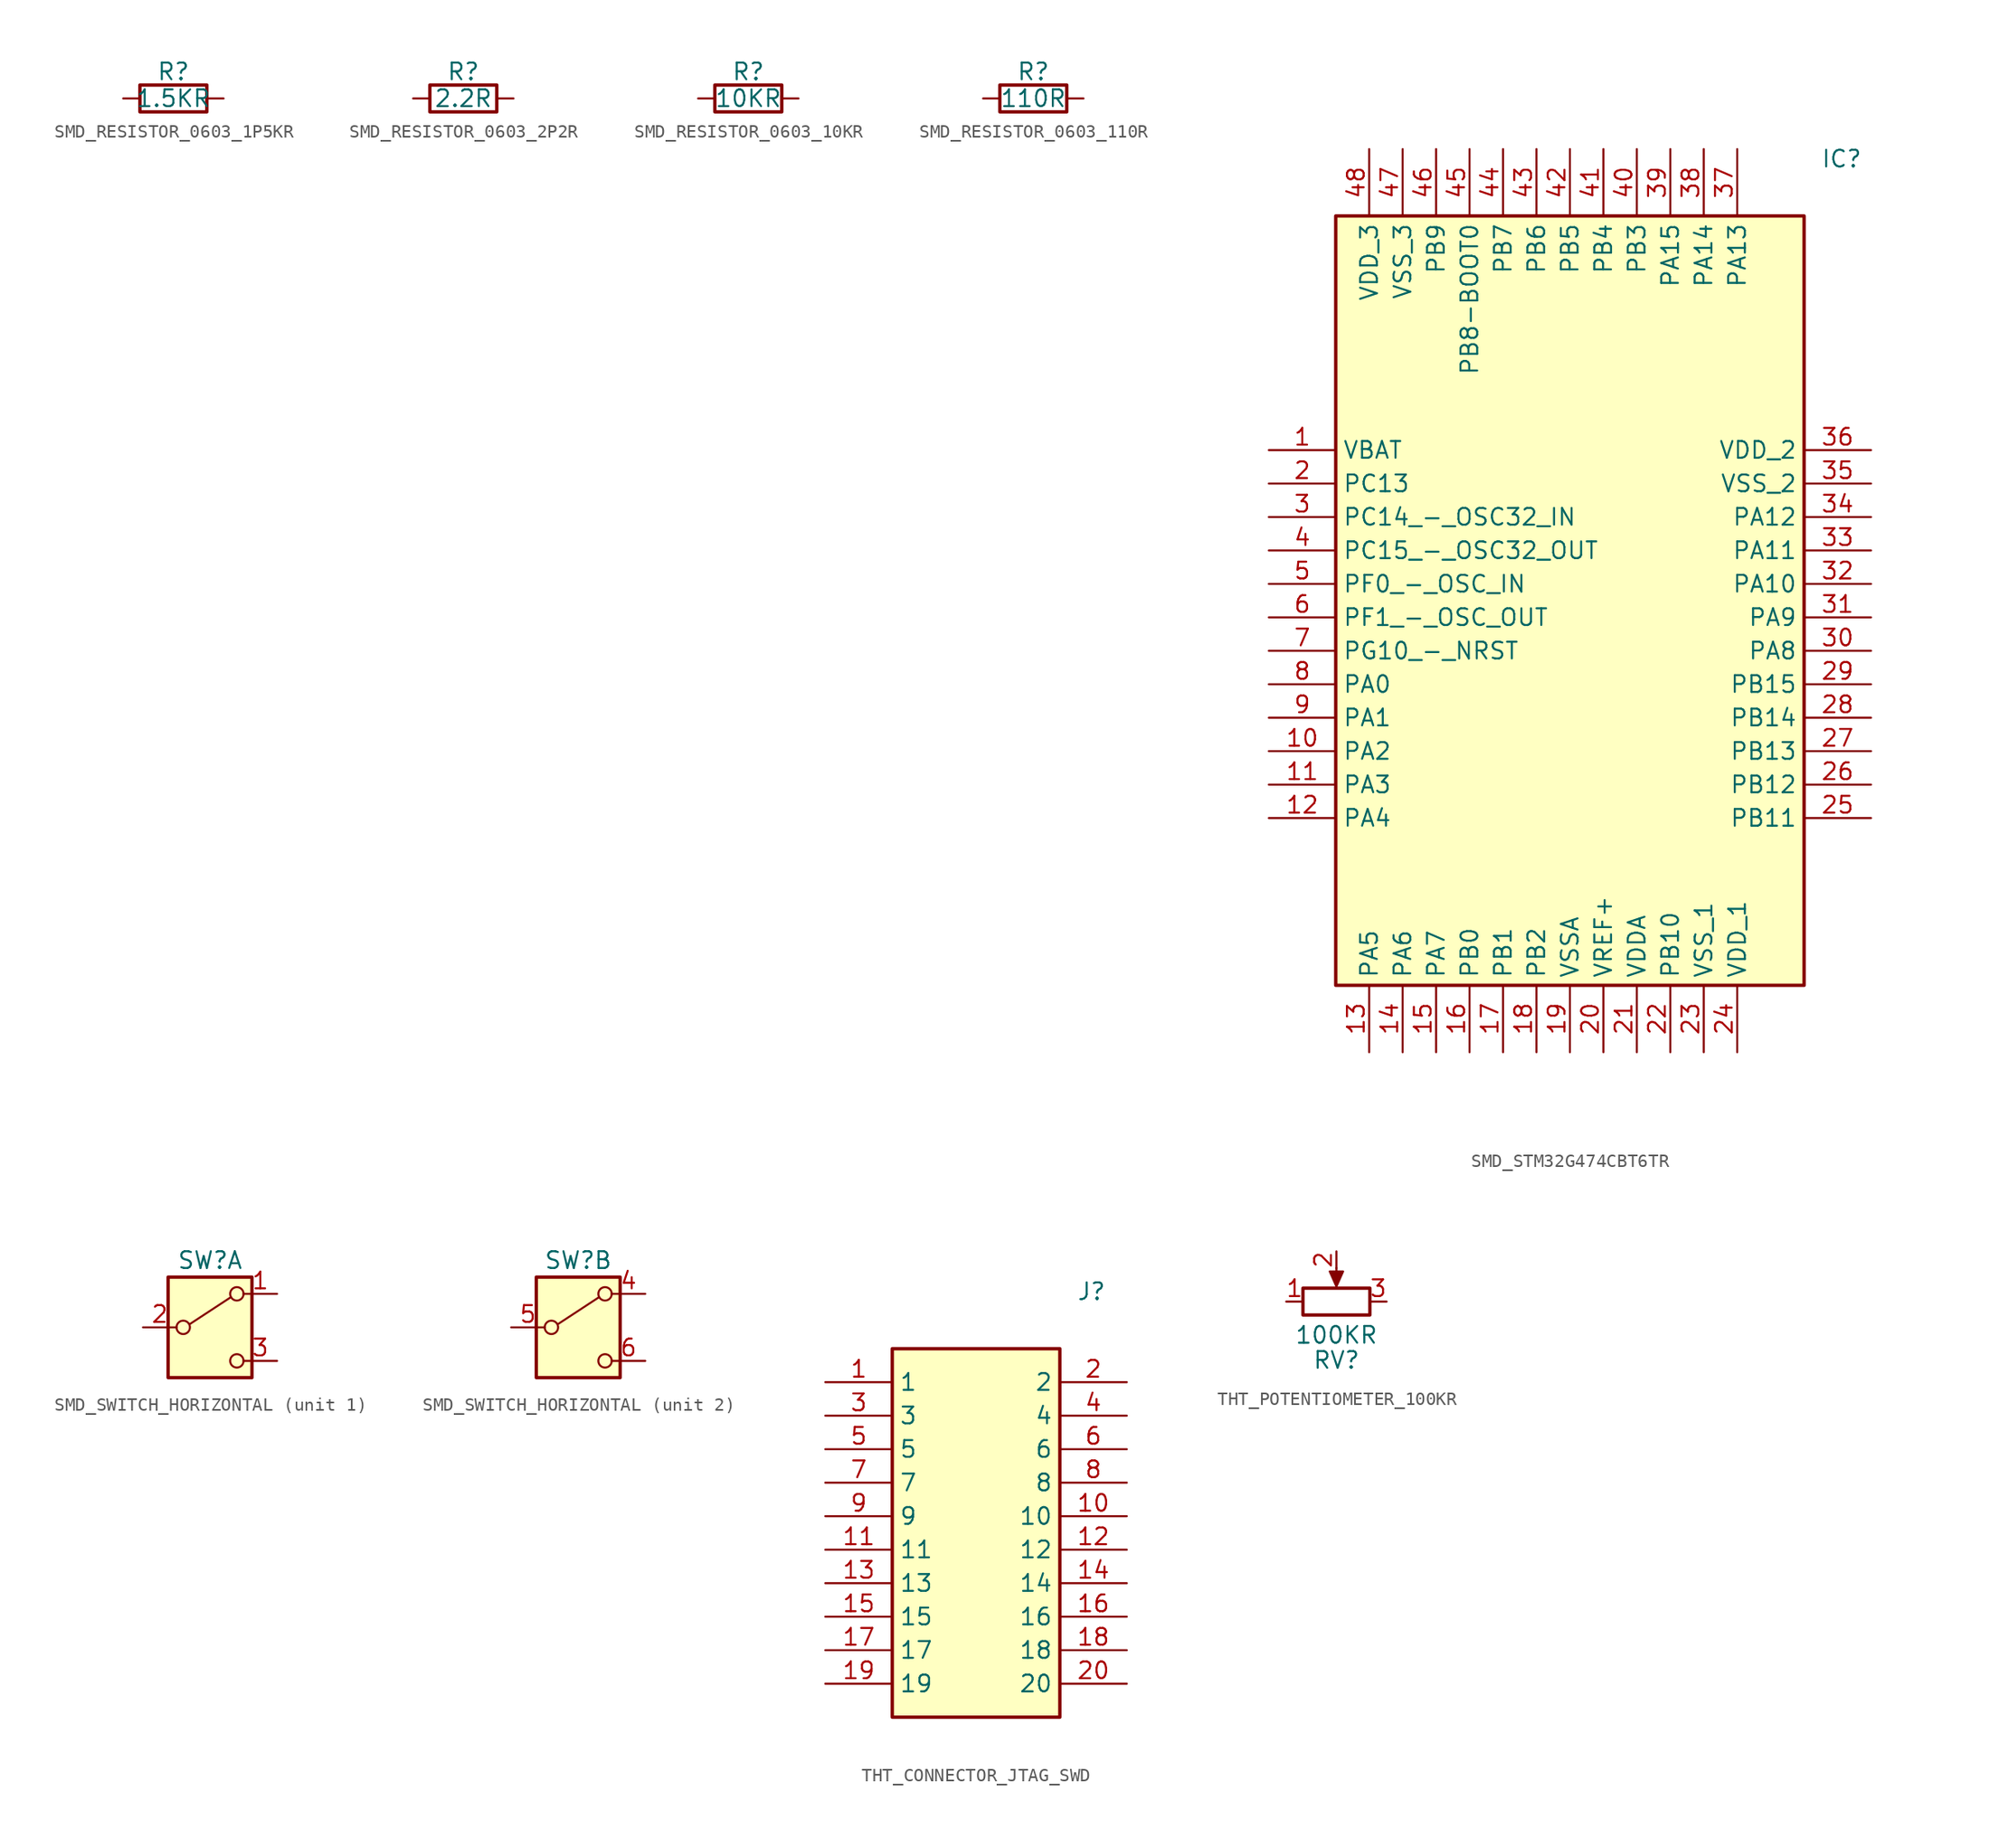
<source format=kicad_sym>
(kicad_symbol_lib
  (version 20241209)
  (generator "kicad_symbol_editor")
  (generator_version "9.0")
  (symbol "SMD_RESISTOR_0603_1P5KR"
    (pin_numbers
      (hide yes))
    (pin_names
      (offset 0))
    (property "Reference" "R"
      (at 0 2.032 0)
      (effects (font (size 1.27 1.27))))
    (property "Value" "1.5KR"
      (at 0 0 0)
      (effects (font (size 1.27 1.27))))
    (symbol "SMD_RESISTOR_0603_1P5KR_0_1"
      (rectangle (start 2.54 -1.016) (end -2.54 1.016) (stroke (width 0.254) (type default)) (fill (type none))))
    (symbol "SMD_RESISTOR_0603_1P5KR_1_1"
      (pin passive line (at -3.81 0 0) (length 1.27) (name "~" (effects (font (size 1.27 1.27)))) (number "1" (effects (font (size 1.27 1.27)))))
      (pin passive line (at 3.81 0 180) (length 1.27) (name "~" (effects (font (size 1.27 1.27)))) (number "2" (effects (font (size 1.27 1.27)))))))
  (symbol "SMD_RESISTOR_0603_2P2R"
    (pin_numbers
      (hide yes))
    (pin_names
      (offset 0))
    (property "Reference" "R"
      (at 0 2.032 0)
      (effects (font (size 1.27 1.27))))
    (property "Value" "2.2R"
      (at 0 0 0)
      (effects (font (size 1.27 1.27))))
    (symbol "SMD_RESISTOR_0603_2P2R_0_1"
      (rectangle (start -2.54 1.016) (end 2.54 -1.016) (stroke (width 0.254) (type default)) (fill (type none))))
    (symbol "SMD_RESISTOR_0603_2P2R_1_1"
      (pin passive line (at -3.81 0 0) (length 1.27) (name "~" (effects (font (size 1.27 1.27)))) (number "1" (effects (font (size 1.27 1.27)))))
      (pin passive line (at 3.81 0 180) (length 1.27) (name "~" (effects (font (size 1.27 1.27)))) (number "2" (effects (font (size 1.27 1.27)))))))
  (symbol "SMD_RESISTOR_0603_10KR"
    (pin_numbers
      (hide yes))
    (pin_names
      (offset 0))
    (property "Reference" "R"
      (at 0 2.032 0)
      (effects (font (size 1.27 1.27))))
    (property "Value" "10KR"
      (at 0 0 0)
      (effects (font (size 1.27 1.27))))
    (symbol "SMD_RESISTOR_0603_10KR_0_1"
      (rectangle (start 2.54 -1.016) (end -2.54 1.016) (stroke (width 0.254) (type default)) (fill (type none))))
    (symbol "SMD_RESISTOR_0603_10KR_1_1"
      (pin passive line (at -3.81 0 0) (length 1.27) (name "~" (effects (font (size 1.27 1.27)))) (number "1" (effects (font (size 1.27 1.27)))))
      (pin passive line (at 3.81 0 180) (length 1.27) (name "~" (effects (font (size 1.27 1.27)))) (number "2" (effects (font (size 1.27 1.27)))))))
  (symbol "SMD_RESISTOR_0603_110R"
    (pin_numbers
      (hide yes))
    (pin_names
      (offset 0))
    (property "Reference" "R"
      (at 0 2.032 0)
      (effects (font (size 1.27 1.27))))
    (property "Value" "110R"
      (at 0 0 0)
      (effects (font (size 1.27 1.27))))
    (symbol "SMD_RESISTOR_0603_110R_0_1"
      (rectangle (start 2.54 -1.016) (end -2.54 1.016) (stroke (width 0.254) (type default)) (fill (type none))))
    (symbol "SMD_RESISTOR_0603_110R_1_1"
      (pin passive line (at -3.81 0 0) (length 1.27) (name "~" (effects (font (size 1.27 1.27)))) (number "1" (effects (font (size 1.27 1.27)))))
      (pin passive line (at 3.81 0 180) (length 1.27) (name "~" (effects (font (size 1.27 1.27)))) (number "2" (effects (font (size 1.27 1.27)))))))
  (symbol "SMD_STM32G474CBT6TR"
    (property "Reference" "IC"
      (at 19.05 35.56 0)
      (effects (font (size 1.27 1.27)) (justify left top)))
    (symbol "SMD_STM32G474CBT6TR_1_1"
      (rectangle (start -17.78 30.48) (end 17.78 -27.94) (stroke (width 0.254) (type default)) (fill (type background)))
      (pin passive line (at -22.86 12.7 0) (length 5.08) (name "VBAT" (effects (font (size 1.27 1.27)))) (number "1" (effects (font (size 1.27 1.27)))))
      (pin passive line (at -22.86 10.16 0) (length 5.08) (name "PC13" (effects (font (size 1.27 1.27)))) (number "2" (effects (font (size 1.27 1.27)))))
      (pin passive line (at -22.86 7.62 0) (length 5.08) (name "PC14_-_OSC32_IN" (effects (font (size 1.27 1.27)))) (number "3" (effects (font (size 1.27 1.27)))))
      (pin passive line (at -22.86 5.08 0) (length 5.08) (name "PC15_-_OSC32_OUT" (effects (font (size 1.27 1.27)))) (number "4" (effects (font (size 1.27 1.27)))))
      (pin passive line (at -22.86 2.54 0) (length 5.08) (name "PF0_-_OSC_IN" (effects (font (size 1.27 1.27)))) (number "5" (effects (font (size 1.27 1.27)))))
      (pin passive line (at -22.86 0 0) (length 5.08) (name "PF1_-_OSC_OUT" (effects (font (size 1.27 1.27)))) (number "6" (effects (font (size 1.27 1.27)))))
      (pin passive line (at -22.86 -2.54 0) (length 5.08) (name "PG10_-_NRST" (effects (font (size 1.27 1.27)))) (number "7" (effects (font (size 1.27 1.27)))))
      (pin passive line (at -22.86 -5.08 0) (length 5.08) (name "PA0" (effects (font (size 1.27 1.27)))) (number "8" (effects (font (size 1.27 1.27)))))
      (pin passive line (at -22.86 -7.62 0) (length 5.08) (name "PA1" (effects (font (size 1.27 1.27)))) (number "9" (effects (font (size 1.27 1.27)))))
      (pin passive line (at -22.86 -10.16 0) (length 5.08) (name "PA2" (effects (font (size 1.27 1.27)))) (number "10" (effects (font (size 1.27 1.27)))))
      (pin passive line (at -22.86 -12.7 0) (length 5.08) (name "PA3" (effects (font (size 1.27 1.27)))) (number "11" (effects (font (size 1.27 1.27)))))
      (pin passive line (at -22.86 -15.24 0) (length 5.08) (name "PA4" (effects (font (size 1.27 1.27)))) (number "12" (effects (font (size 1.27 1.27)))))
      (pin passive line (at -15.24 35.56 270) (length 5.08) (name "VDD_3" (effects (font (size 1.27 1.27)))) (number "48" (effects (font (size 1.27 1.27)))))
      (pin passive line (at -15.24 -33.02 90) (length 5.08) (name "PA5" (effects (font (size 1.27 1.27)))) (number "13" (effects (font (size 1.27 1.27)))))
      (pin passive line (at -12.7 35.56 270) (length 5.08) (name "VSS_3" (effects (font (size 1.27 1.27)))) (number "47" (effects (font (size 1.27 1.27)))))
      (pin passive line (at -12.7 -33.02 90) (length 5.08) (name "PA6" (effects (font (size 1.27 1.27)))) (number "14" (effects (font (size 1.27 1.27)))))
      (pin passive line (at -10.16 35.56 270) (length 5.08) (name "PB9" (effects (font (size 1.27 1.27)))) (number "46" (effects (font (size 1.27 1.27)))))
      (pin passive line (at -10.16 -33.02 90) (length 5.08) (name "PA7" (effects (font (size 1.27 1.27)))) (number "15" (effects (font (size 1.27 1.27)))))
      (pin passive line (at -7.62 35.56 270) (length 5.08) (name "PB8-BOOT0" (effects (font (size 1.27 1.27)))) (number "45" (effects (font (size 1.27 1.27)))))
      (pin passive line (at -7.62 -33.02 90) (length 5.08) (name "PB0" (effects (font (size 1.27 1.27)))) (number "16" (effects (font (size 1.27 1.27)))))
      (pin passive line (at -5.08 35.56 270) (length 5.08) (name "PB7" (effects (font (size 1.27 1.27)))) (number "44" (effects (font (size 1.27 1.27)))))
      (pin passive line (at -5.08 -33.02 90) (length 5.08) (name "PB1" (effects (font (size 1.27 1.27)))) (number "17" (effects (font (size 1.27 1.27)))))
      (pin passive line (at -2.54 35.56 270) (length 5.08) (name "PB6" (effects (font (size 1.27 1.27)))) (number "43" (effects (font (size 1.27 1.27)))))
      (pin passive line (at -2.54 -33.02 90) (length 5.08) (name "PB2" (effects (font (size 1.27 1.27)))) (number "18" (effects (font (size 1.27 1.27)))))
      (pin passive line (at 0 35.56 270) (length 5.08) (name "PB5" (effects (font (size 1.27 1.27)))) (number "42" (effects (font (size 1.27 1.27)))))
      (pin passive line (at 0 -33.02 90) (length 5.08) (name "VSSA" (effects (font (size 1.27 1.27)))) (number "19" (effects (font (size 1.27 1.27)))))
      (pin passive line (at 2.54 35.56 270) (length 5.08) (name "PB4" (effects (font (size 1.27 1.27)))) (number "41" (effects (font (size 1.27 1.27)))))
      (pin passive line (at 2.54 -33.02 90) (length 5.08) (name "VREF+" (effects (font (size 1.27 1.27)))) (number "20" (effects (font (size 1.27 1.27)))))
      (pin passive line (at 5.08 35.56 270) (length 5.08) (name "PB3" (effects (font (size 1.27 1.27)))) (number "40" (effects (font (size 1.27 1.27)))))
      (pin passive line (at 5.08 -33.02 90) (length 5.08) (name "VDDA" (effects (font (size 1.27 1.27)))) (number "21" (effects (font (size 1.27 1.27)))))
      (pin passive line (at 7.62 35.56 270) (length 5.08) (name "PA15" (effects (font (size 1.27 1.27)))) (number "39" (effects (font (size 1.27 1.27)))))
      (pin passive line (at 7.62 -33.02 90) (length 5.08) (name "PB10" (effects (font (size 1.27 1.27)))) (number "22" (effects (font (size 1.27 1.27)))))
      (pin passive line (at 10.16 35.56 270) (length 5.08) (name "PA14" (effects (font (size 1.27 1.27)))) (number "38" (effects (font (size 1.27 1.27)))))
      (pin passive line (at 10.16 -33.02 90) (length 5.08) (name "VSS_1" (effects (font (size 1.27 1.27)))) (number "23" (effects (font (size 1.27 1.27)))))
      (pin passive line (at 12.7 35.56 270) (length 5.08) (name "PA13" (effects (font (size 1.27 1.27)))) (number "37" (effects (font (size 1.27 1.27)))))
      (pin passive line (at 12.7 -33.02 90) (length 5.08) (name "VDD_1" (effects (font (size 1.27 1.27)))) (number "24" (effects (font (size 1.27 1.27)))))
      (pin passive line (at 22.86 12.7 180) (length 5.08) (name "VDD_2" (effects (font (size 1.27 1.27)))) (number "36" (effects (font (size 1.27 1.27)))))
      (pin passive line (at 22.86 10.16 180) (length 5.08) (name "VSS_2" (effects (font (size 1.27 1.27)))) (number "35" (effects (font (size 1.27 1.27)))))
      (pin passive line (at 22.86 7.62 180) (length 5.08) (name "PA12" (effects (font (size 1.27 1.27)))) (number "34" (effects (font (size 1.27 1.27)))))
      (pin passive line (at 22.86 5.08 180) (length 5.08) (name "PA11" (effects (font (size 1.27 1.27)))) (number "33" (effects (font (size 1.27 1.27)))))
      (pin passive line (at 22.86 2.54 180) (length 5.08) (name "PA10" (effects (font (size 1.27 1.27)))) (number "32" (effects (font (size 1.27 1.27)))))
      (pin passive line (at 22.86 0 180) (length 5.08) (name "PA9" (effects (font (size 1.27 1.27)))) (number "31" (effects (font (size 1.27 1.27)))))
      (pin passive line (at 22.86 -2.54 180) (length 5.08) (name "PA8" (effects (font (size 1.27 1.27)))) (number "30" (effects (font (size 1.27 1.27)))))
      (pin passive line (at 22.86 -5.08 180) (length 5.08) (name "PB15" (effects (font (size 1.27 1.27)))) (number "29" (effects (font (size 1.27 1.27)))))
      (pin passive line (at 22.86 -7.62 180) (length 5.08) (name "PB14" (effects (font (size 1.27 1.27)))) (number "28" (effects (font (size 1.27 1.27)))))
      (pin passive line (at 22.86 -10.16 180) (length 5.08) (name "PB13" (effects (font (size 1.27 1.27)))) (number "27" (effects (font (size 1.27 1.27)))))
      (pin passive line (at 22.86 -12.7 180) (length 5.08) (name "PB12" (effects (font (size 1.27 1.27)))) (number "26" (effects (font (size 1.27 1.27)))))
      (pin passive line (at 22.86 -15.24 180) (length 5.08) (name "PB11" (effects (font (size 1.27 1.27)))) (number "25" (effects (font (size 1.27 1.27)))))))
  (symbol "SMD_SWITCH_HORIZONTAL"
    (pin_names
      (offset 0)
      (hide yes))
    (property "Reference" "SW"
      (at 0 5.08 0)
      (effects (font (size 1.27 1.27))))
    (symbol "SMD_SWITCH_HORIZONTAL_0_0"
      (circle (center -2.032 0) (radius 0.508) (stroke (width 0) (type default)) (fill (type none)))
      (circle (center 2.032 -2.54) (radius 0.508) (stroke (width 0) (type default)) (fill (type none))))
    (symbol "SMD_SWITCH_HORIZONTAL_0_1"
      (rectangle (start -3.175 3.81) (end 3.175 -3.81) (stroke (width 0.254) (type default)) (fill (type background)))
      (polyline (pts (xy -1.524 0.254) (xy 1.575 2.286)) (stroke (width 0) (type default)) (fill (type none)))
      (circle (center 2.032 2.54) (radius 0.508) (stroke (width 0) (type default)) (fill (type none))))
    (symbol "SMD_SWITCH_HORIZONTAL_1_1"
      (pin passive line (at -5.08 0 0) (length 2.54) (name "B" (effects (font (size 1.27 1.27)))) (number "2" (effects (font (size 1.27 1.27)))))
      (pin passive line (at 5.08 2.54 180) (length 2.54) (name "A" (effects (font (size 1.27 1.27)))) (number "1" (effects (font (size 1.27 1.27)))))
      (pin passive line (at 5.08 -2.54 180) (length 2.54) (name "C" (effects (font (size 1.27 1.27)))) (number "3" (effects (font (size 1.27 1.27))))))
    (symbol "SMD_SWITCH_HORIZONTAL_2_1"
      (pin passive line (at -5.08 0 0) (length 2.54) (name "B" (effects (font (size 1.27 1.27)))) (number "5" (effects (font (size 1.27 1.27)))))
      (pin passive line (at 5.08 2.54 180) (length 2.54) (name "A" (effects (font (size 1.27 1.27)))) (number "4" (effects (font (size 1.27 1.27)))))
      (pin passive line (at 5.08 -2.54 180) (length 2.54) (name "C" (effects (font (size 1.27 1.27)))) (number "6" (effects (font (size 1.27 1.27)))))))
  (symbol "THT_CONNECTOR_JTAG_SWD"
    (property "Reference" "J"
      (at 7.62 19.05 0)
      (effects (font (size 1.27 1.27)) (justify left top)))
    (symbol "THT_CONNECTOR_JTAG_SWD_1_1"
      (rectangle (start -6.35 13.97) (end 6.35 -13.97) (stroke (width 0.254) (type default)) (fill (type background)))
      (pin passive line (at -11.43 11.43 0) (length 5.08) (name "1" (effects (font (size 1.27 1.27)))) (number "1" (effects (font (size 1.27 1.27)))))
      (pin passive line (at -11.43 8.89 0) (length 5.08) (name "3" (effects (font (size 1.27 1.27)))) (number "3" (effects (font (size 1.27 1.27)))))
      (pin passive line (at -11.43 6.35 0) (length 5.08) (name "5" (effects (font (size 1.27 1.27)))) (number "5" (effects (font (size 1.27 1.27)))))
      (pin passive line (at -11.43 3.81 0) (length 5.08) (name "7" (effects (font (size 1.27 1.27)))) (number "7" (effects (font (size 1.27 1.27)))))
      (pin passive line (at -11.43 1.27 0) (length 5.08) (name "9" (effects (font (size 1.27 1.27)))) (number "9" (effects (font (size 1.27 1.27)))))
      (pin passive line (at -11.43 -1.27 0) (length 5.08) (name "11" (effects (font (size 1.27 1.27)))) (number "11" (effects (font (size 1.27 1.27)))))
      (pin passive line (at -11.43 -3.81 0) (length 5.08) (name "13" (effects (font (size 1.27 1.27)))) (number "13" (effects (font (size 1.27 1.27)))))
      (pin passive line (at -11.43 -6.35 0) (length 5.08) (name "15" (effects (font (size 1.27 1.27)))) (number "15" (effects (font (size 1.27 1.27)))))
      (pin passive line (at -11.43 -8.89 0) (length 5.08) (name "17" (effects (font (size 1.27 1.27)))) (number "17" (effects (font (size 1.27 1.27)))))
      (pin passive line (at -11.43 -11.43 0) (length 5.08) (name "19" (effects (font (size 1.27 1.27)))) (number "19" (effects (font (size 1.27 1.27)))))
      (pin passive line (at 11.43 11.43 180) (length 5.08) (name "2" (effects (font (size 1.27 1.27)))) (number "2" (effects (font (size 1.27 1.27)))))
      (pin passive line (at 11.43 8.89 180) (length 5.08) (name "4" (effects (font (size 1.27 1.27)))) (number "4" (effects (font (size 1.27 1.27)))))
      (pin passive line (at 11.43 6.35 180) (length 5.08) (name "6" (effects (font (size 1.27 1.27)))) (number "6" (effects (font (size 1.27 1.27)))))
      (pin passive line (at 11.43 3.81 180) (length 5.08) (name "8" (effects (font (size 1.27 1.27)))) (number "8" (effects (font (size 1.27 1.27)))))
      (pin passive line (at 11.43 1.27 180) (length 5.08) (name "10" (effects (font (size 1.27 1.27)))) (number "10" (effects (font (size 1.27 1.27)))))
      (pin passive line (at 11.43 -1.27 180) (length 5.08) (name "12" (effects (font (size 1.27 1.27)))) (number "12" (effects (font (size 1.27 1.27)))))
      (pin passive line (at 11.43 -3.81 180) (length 5.08) (name "14" (effects (font (size 1.27 1.27)))) (number "14" (effects (font (size 1.27 1.27)))))
      (pin passive line (at 11.43 -6.35 180) (length 5.08) (name "16" (effects (font (size 1.27 1.27)))) (number "16" (effects (font (size 1.27 1.27)))))
      (pin passive line (at 11.43 -8.89 180) (length 5.08) (name "18" (effects (font (size 1.27 1.27)))) (number "18" (effects (font (size 1.27 1.27)))))
      (pin passive line (at 11.43 -11.43 180) (length 5.08) (name "20" (effects (font (size 1.27 1.27)))) (number "20" (effects (font (size 1.27 1.27)))))))
  (symbol "THT_POTENTIOMETER_100KR"
    (pin_names
      (offset 1.016)
      (hide yes))
    (property "Reference" "RV"
      (at 0 -4.445 0)
      (effects (font (size 1.27 1.27))))
    (property "Value" "100KR"
      (at 0 -2.54 0)
      (effects (font (size 1.27 1.27))))
    (symbol "THT_POTENTIOMETER_100KR_0_1"
      (rectangle (start -2.54 1.016) (end 2.54 -1.016) (stroke (width 0.254) (type default)) (fill (type none)))
      (polyline (pts (xy 0 2.54) (xy 0 1.524)) (stroke (width 0) (type default)) (fill (type none)))
      (polyline (pts (xy 0 1.143) (xy -0.508 2.286) (xy 0.508 2.286) (xy 0 1.143)) (stroke (width 0) (type default)) (fill (type outline))))
    (symbol "THT_POTENTIOMETER_100KR_1_1"
      (pin passive line (at -3.81 0 0) (length 1.27) (name "1" (effects (font (size 1.27 1.27)))) (number "1" (effects (font (size 1.27 1.27)))))
      (pin passive line (at 0 3.81 270) (length 1.27) (name "2" (effects (font (size 1.27 1.27)))) (number "2" (effects (font (size 1.27 1.27)))))
      (pin passive line (at 3.81 0 180) (length 1.27) (name "3" (effects (font (size 1.27 1.27)))) (number "3" (effects (font (size 1.27 1.27))))))))
</source>
